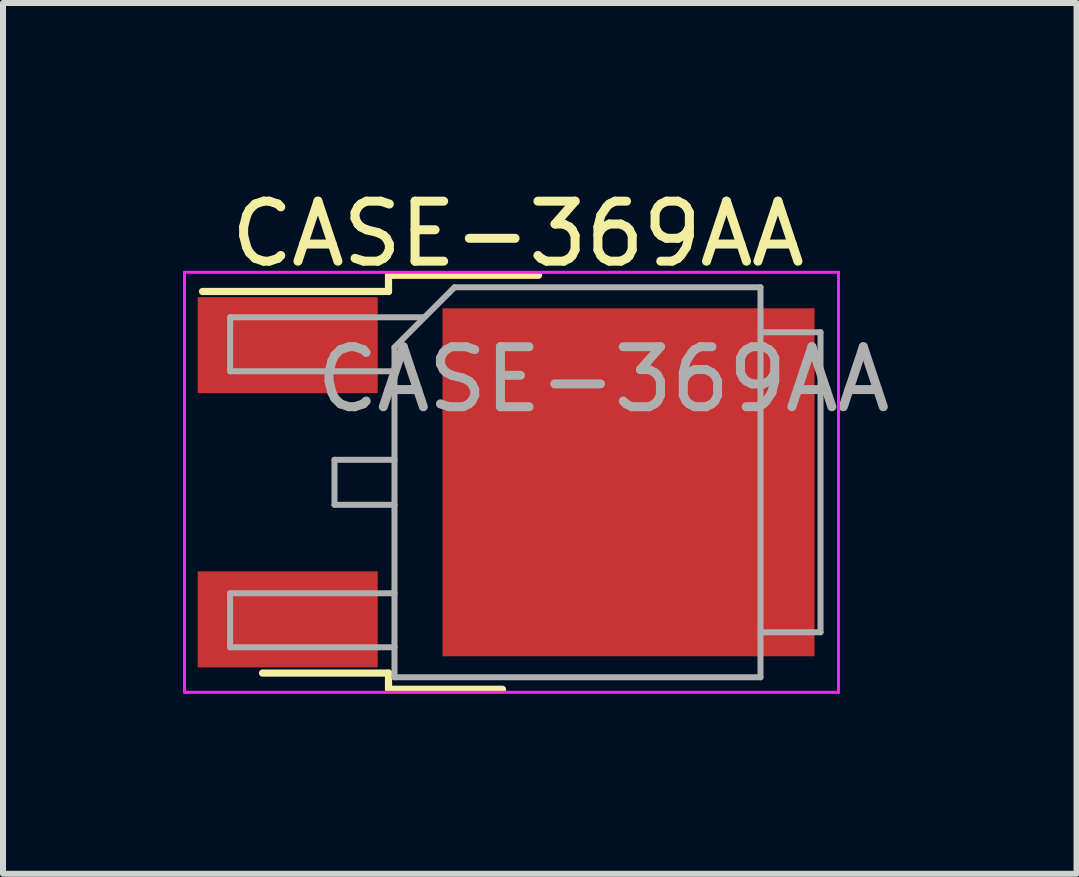
<source format=kicad_pcb>
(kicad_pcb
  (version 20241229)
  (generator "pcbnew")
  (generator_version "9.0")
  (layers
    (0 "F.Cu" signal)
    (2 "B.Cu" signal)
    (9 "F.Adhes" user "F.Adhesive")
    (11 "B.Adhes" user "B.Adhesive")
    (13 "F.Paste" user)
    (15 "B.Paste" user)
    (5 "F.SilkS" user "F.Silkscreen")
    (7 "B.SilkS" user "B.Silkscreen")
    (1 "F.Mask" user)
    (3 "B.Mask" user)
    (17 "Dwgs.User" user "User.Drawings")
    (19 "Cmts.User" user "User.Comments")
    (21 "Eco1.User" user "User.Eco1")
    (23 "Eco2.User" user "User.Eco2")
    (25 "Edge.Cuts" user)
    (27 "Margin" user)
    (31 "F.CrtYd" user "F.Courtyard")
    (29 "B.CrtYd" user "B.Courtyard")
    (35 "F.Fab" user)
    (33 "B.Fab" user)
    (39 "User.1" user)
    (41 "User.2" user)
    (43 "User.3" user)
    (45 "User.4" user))
  (footprint "CASE-369AA"
    (layer "F.Cu")
    (at 4.325 4.988)
    (property "Reference" "CASE-369AA" (at 1.257 -4.14 0) (layer "F.SilkS") (effects (font (size 1 1) (thickness 0.15))))
    (attr smd)
    (fp_line (start -4 -3.18) (end -0.9 -3.18) (stroke (width 0.12) (type solid)) (layer "F.SilkS"))
    (fp_line (start -3 3.18) (end -0.9 3.18) (stroke (width 0.12) (type solid)) (layer "F.SilkS"))
    (fp_line (start -0.9 -3.45) (end -0.9 -3.18) (stroke (width 0.12) (type solid)) (layer "F.SilkS"))
    (fp_line (start -0.9 3.45) (end -0.9 3.18) (stroke (width 0.12) (type solid)) (layer "F.SilkS"))
    (fp_line (start -0.9 3.45) (end 1 3.45) (stroke (width 0.12) (type solid)) (layer "F.SilkS"))
    (fp_line (start 1.6 -3.45) (end -0.9 -3.45) (stroke (width 0.12) (type solid)) (layer "F.SilkS"))
    (fp_line (start -4.3 -3.5) (end -4.3 3.5) (stroke (width 0.05) (type solid)) (layer "F.CrtYd"))
    (fp_line (start -4.3 -3.5) (end 6.6 -3.5) (stroke (width 0.05) (type solid)) (layer "F.CrtYd"))
    (fp_line (start -4.3 3.5) (end 6.6 3.5) (stroke (width 0.05) (type solid)) (layer "F.CrtYd"))
    (fp_line (start 6.6 3.5) (end 6.6 -3.5) (stroke (width 0.05) (type solid)) (layer "F.CrtYd"))
    (fp_line (start -3.54 -2.75) (end -3.54 -1.85) (stroke (width 0.1) (type solid)) (layer "F.Fab"))
    (fp_line (start -3.54 1.85) (end -3.54 2.75) (stroke (width 0.1) (type solid)) (layer "F.Fab"))
    (fp_line (start -1.8 -0.375) (end -1.8 0.375) (stroke (width 0.1) (type solid)) (layer "F.Fab"))
    (fp_line (start -1.8 0.375) (end -0.8 0.375) (stroke (width 0.1) (type solid)) (layer "F.Fab"))
    (fp_line (start -0.8 -2.25) (end -0.8 3.25) (stroke (width 0.1) (type solid)) (layer "F.Fab"))
    (fp_line (start -0.8 -2.25) (end 0.2 -3.25) (stroke (width 0.1) (type solid)) (layer "F.Fab"))
    (fp_line (start -0.8 -1.85) (end -3.54 -1.85) (stroke (width 0.1) (type solid)) (layer "F.Fab"))
    (fp_line (start -0.8 -0.375) (end -1.8 -0.375) (stroke (width 0.1) (type solid)) (layer "F.Fab"))
    (fp_line (start -0.8 1.85) (end -3.54 1.85) (stroke (width 0.1) (type solid)) (layer "F.Fab"))
    (fp_line (start -0.8 2.75) (end -3.54 2.75) (stroke (width 0.1) (type solid)) (layer "F.Fab"))
    (fp_line (start -0.8 3.25) (end 5.3 3.25) (stroke (width 0.1) (type solid)) (layer "F.Fab"))
    (fp_line (start -0.318 -2.75) (end -3.54 -2.75) (stroke (width 0.1) (type solid)) (layer "F.Fab"))
    (fp_line (start 0.2 -3.25) (end 5.3 -3.25) (stroke (width 0.1) (type solid)) (layer "F.Fab"))
    (fp_line (start 5.3 -3.25) (end 5.3 3.25) (stroke (width 0.1) (type solid)) (layer "F.Fab"))
    (fp_line (start 5.3 -2.5) (end 6.3 -2.5) (stroke (width 0.1) (type solid)) (layer "F.Fab"))
    (fp_line (start 5.3 2.5) (end 6.3 2.5) (stroke (width 0.1) (type solid)) (layer "F.Fab"))
    (fp_line (start 6.3 -2.5) (end 6.3 2.5) (stroke (width 0.1) (type solid)) (layer "F.Fab"))
    (fp_text user "${REFERENCE}" (at 2.68 -1.714 0) (layer "F.Fab") (effects (font (size 1 1) (thickness 0.15))))
    (pad "1" smd rect (at -2.58 -2.285) (size 3 1.6) (layers "F.Cu" "F.Mask" "F.Paste"))
    (pad "3" smd rect (at -2.58 2.285) (size 3 1.6) (layers "F.Cu" "F.Mask" "F.Paste"))
    (pad "4" smd rect (at 3.1 0) (size 6.2 5.8) (layers "F.Cu" "F.Mask" "F.Paste")))
  (gr_rect
    (start -3 -3)
    (end 14.892 11.513)
    (stroke (width 0.1) (type default))
    (fill no)
    (layer "Edge.Cuts")))
</source>
